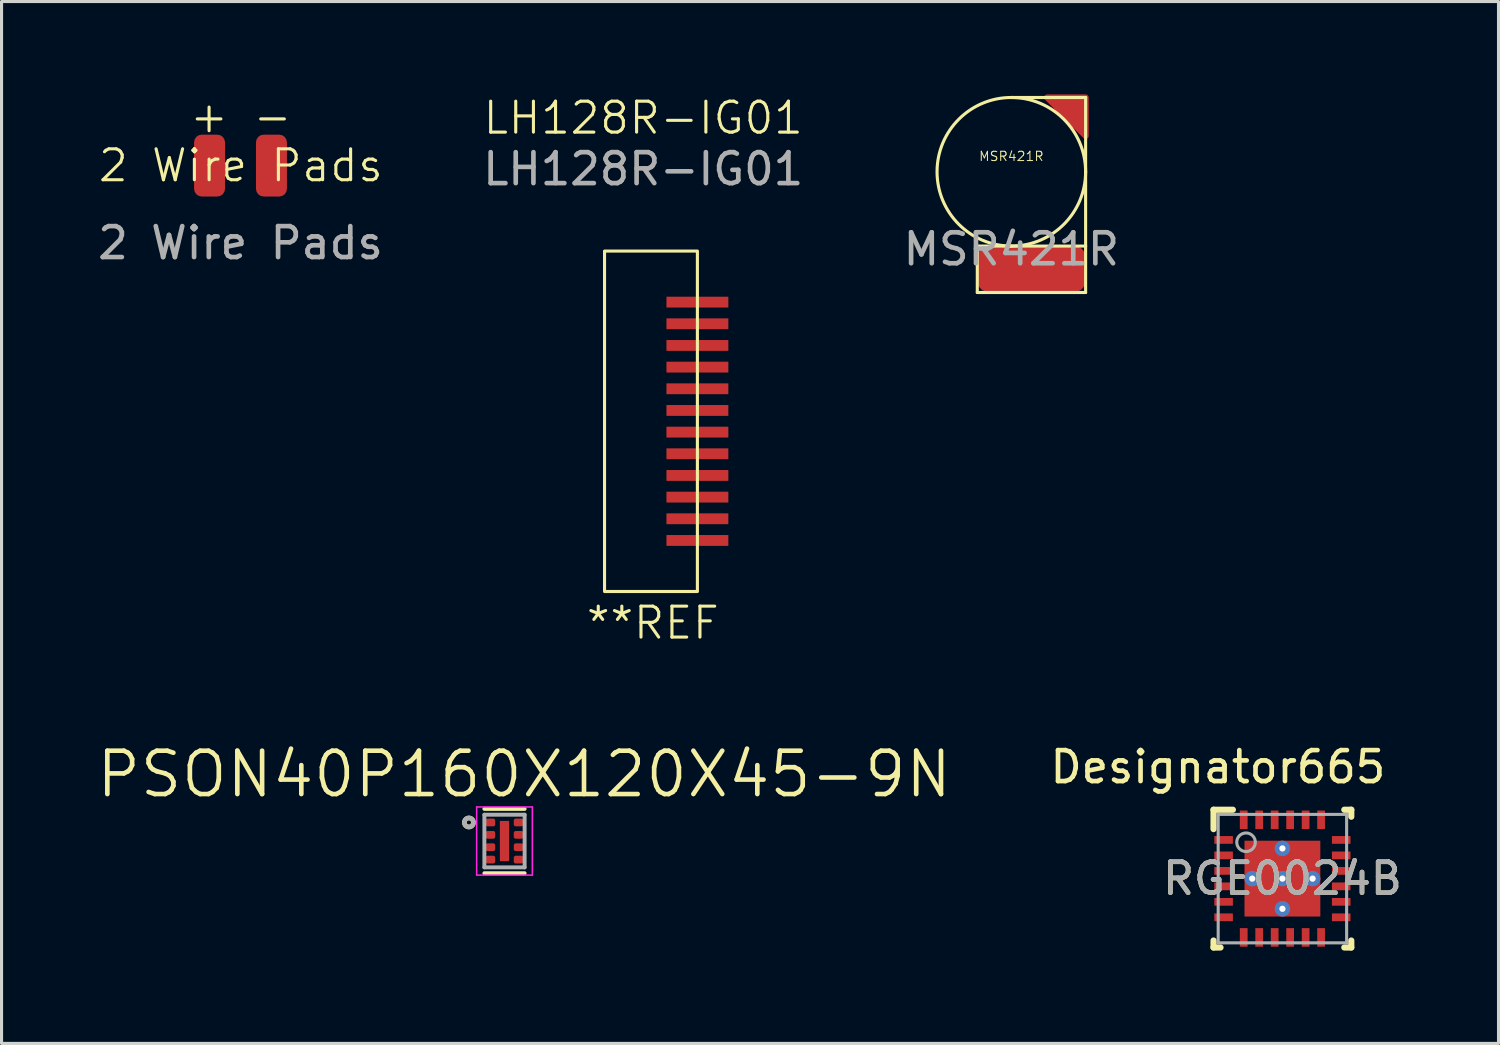
<source format=kicad_pcb>
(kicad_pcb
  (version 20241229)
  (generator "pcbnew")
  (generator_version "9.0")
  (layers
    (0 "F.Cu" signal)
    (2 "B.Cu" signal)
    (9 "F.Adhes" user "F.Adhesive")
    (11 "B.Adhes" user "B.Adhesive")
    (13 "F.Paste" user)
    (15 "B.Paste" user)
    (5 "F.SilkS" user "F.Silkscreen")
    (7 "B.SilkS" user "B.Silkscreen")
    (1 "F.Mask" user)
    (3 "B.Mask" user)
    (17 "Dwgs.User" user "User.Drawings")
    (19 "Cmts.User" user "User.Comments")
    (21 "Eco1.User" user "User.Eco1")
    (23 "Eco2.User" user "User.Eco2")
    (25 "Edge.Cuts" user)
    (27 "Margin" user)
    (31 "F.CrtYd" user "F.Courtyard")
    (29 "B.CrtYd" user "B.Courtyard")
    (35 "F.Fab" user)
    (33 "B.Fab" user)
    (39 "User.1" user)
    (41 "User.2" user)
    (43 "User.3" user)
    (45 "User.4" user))
  (footprint "2 Wire Pads"
    (layer "F.Cu")
    (at 4.72 2.3)
    (property "Reference" "2 Wire Pads" (at 0.01 0 0) (unlocked yes) (layer "F.SilkS") (effects (font (size 1 1) (thickness 0.1))))
    (attr smd)
    (fp_text user "+" (at -1.7 -1 0) (unlocked yes) (layer "F.SilkS") (effects (font (size 1 1) (thickness 0.1)) (justify left bottom)))
    (fp_text user "-" (at 0.35 -1 0) (unlocked yes) (layer "F.SilkS") (effects (font (size 1 1) (thickness 0.1)) (justify left bottom)))
    (fp_text user "${REFERENCE}" (at 0 2.5 0) (unlocked yes) (layer "F.Fab") (effects (font (size 1 1) (thickness 0.15))))
    (pad "1" smd roundrect (at -1 0 180) (size 1 2) (layers "F.Cu" "F.Mask" "F.Paste") (roundrect_rratio 0.25))
    (pad "2" smd roundrect (at 1 0 180) (size 1 2) (layers "F.Cu" "F.Mask" "F.Paste") (roundrect_rratio 0.25)))
  (footprint "LH128R-IG01"
    (layer "F.Cu")
    (at 16.482 5.061)
    (property "Reference" "LH128R-IG01" (at 1.25 -4.3 0) (unlocked yes) (layer "F.SilkS") (effects (font (size 1 1) (thickness 0.1))))
    (attr smd)
    (fp_rect (start 0 0) (end 3 11) (stroke (width 0.1) (type default)) (fill no) (layer "F.SilkS"))
    (fp_text user "**REF" (at -0.65 12.6 0) (unlocked yes) (layer "F.SilkS") (effects (font (size 1 1) (thickness 0.1)) (justify left bottom)))
    (fp_text user "${REFERENCE}" (at 1.25 -2.65 0) (unlocked yes) (layer "F.Fab") (effects (font (size 1 1) (thickness 0.15))))
    (pad "1" smd rect (at 3 1.65) (size 2 0.35) (layers "F.Cu" "F.Mask" "F.Paste"))
    (pad "2" smd rect (at 3 2.35) (size 2 0.35) (layers "F.Cu" "F.Mask" "F.Paste"))
    (pad "3" smd rect (at 3 3.05) (size 2 0.35) (layers "F.Cu" "F.Mask" "F.Paste"))
    (pad "4" smd rect (at 3 3.75) (size 2 0.35) (layers "F.Cu" "F.Mask" "F.Paste"))
    (pad "5" smd rect (at 3 4.45) (size 2 0.35) (layers "F.Cu" "F.Mask" "F.Paste"))
    (pad "6" smd rect (at 3 5.15) (size 2 0.35) (layers "F.Cu" "F.Mask" "F.Paste"))
    (pad "7" smd rect (at 3 5.85) (size 2 0.35) (layers "F.Cu" "F.Mask" "F.Paste"))
    (pad "8" smd rect (at 3 6.55) (size 2 0.35) (layers "F.Cu" "F.Mask" "F.Paste"))
    (pad "9" smd rect (at 3 7.25) (size 2 0.35) (layers "F.Cu" "F.Mask" "F.Paste"))
    (pad "10" smd rect (at 3 7.95) (size 2 0.35) (layers "F.Cu" "F.Mask" "F.Paste"))
    (pad "11" smd rect (at 3 8.65) (size 2 0.35) (layers "F.Cu" "F.Mask" "F.Paste"))
    (pad "12" smd rect (at 3 9.35) (size 2 0.35) (layers "F.Cu" "F.Mask" "F.Paste")))
  (footprint "RGE0024B"
    (layer "F.Cu")
    (at 38.383 25.337)
    (property "Reference" "RGE0024B" (at 0 0 0) (unlocked yes) (layer "F.SilkS") (effects (font (size 1 1) (thickness 0.15))))
    (attr smd)
    (fp_line (start -2.225 -2.225) (end -1.6 -2.225) (stroke (width 0.2) (type solid)) (layer "F.SilkS"))
    (fp_line (start -2.225 -1.6) (end -2.225 -2.225) (stroke (width 0.2) (type solid)) (layer "F.SilkS"))
    (fp_line (start -2.225 2.225) (end -2.225 2) (stroke (width 0.2) (type solid)) (layer "F.SilkS"))
    (fp_line (start -2.225 2.225) (end -2 2.225) (stroke (width 0.2) (type solid)) (layer "F.SilkS"))
    (fp_line (start 2 -2.225) (end 2.225 -2.225) (stroke (width 0.2) (type solid)) (layer "F.SilkS"))
    (fp_line (start 2 2.225) (end 2.225 2.225) (stroke (width 0.2) (type solid)) (layer "F.SilkS"))
    (fp_line (start 2.225 -2) (end 2.225 -2.225) (stroke (width 0.2) (type solid)) (layer "F.SilkS"))
    (fp_line (start 2.225 2.225) (end 2.225 2) (stroke (width 0.2) (type solid)) (layer "F.SilkS"))
    (fp_poly (pts (xy -0.1 -1.131) (xy -0.1 -0.149) (xy -0.101 -0.139) (xy -0.104 -0.13) (xy -0.108 -0.122) (xy -0.114 -0.114) (xy -0.122 -0.108) (xy -0.13 -0.104) (xy -0.139 -0.101) (xy -0.149 -0.1) (xy -1.131 -0.1) (xy -1.141 -0.101) (xy -1.15 -0.104) (xy -1.158 -0.108) (xy -1.166 -0.114) (xy -1.172 -0.122) (xy -1.176 -0.13) (xy -1.179 -0.139) (xy -1.18 -0.149) (xy -1.18 -1.131) (xy -1.179 -1.141) (xy -1.176 -1.15) (xy -1.172 -1.158) (xy -1.166 -1.166) (xy -1.158 -1.172) (xy -1.15 -1.176) (xy -1.141 -1.179) (xy -1.131 -1.18) (xy -0.149 -1.18) (xy -0.139 -1.179) (xy -0.13 -1.176) (xy -0.122 -1.172) (xy -0.114 -1.166) (xy -0.108 -1.158) (xy -0.104 -1.15) (xy -0.101 -1.141)) (stroke (width 0) (type solid)) (fill yes) (layer "F.Paste"))
    (fp_poly (pts (xy -0.1 0.149) (xy -0.1 1.131) (xy -0.101 1.141) (xy -0.104 1.15) (xy -0.108 1.158) (xy -0.114 1.166) (xy -0.122 1.172) (xy -0.13 1.176) (xy -0.139 1.179) (xy -0.149 1.18) (xy -1.131 1.18) (xy -1.141 1.179) (xy -1.15 1.176) (xy -1.158 1.172) (xy -1.166 1.166) (xy -1.172 1.158) (xy -1.176 1.15) (xy -1.179 1.141) (xy -1.18 1.131) (xy -1.18 0.149) (xy -1.179 0.139) (xy -1.176 0.13) (xy -1.172 0.122) (xy -1.166 0.114) (xy -1.158 0.108) (xy -1.15 0.104) (xy -1.141 0.101) (xy -1.131 0.1) (xy -0.149 0.1) (xy -0.139 0.101) (xy -0.13 0.104) (xy -0.122 0.108) (xy -0.114 0.114) (xy -0.108 0.122) (xy -0.104 0.13) (xy -0.101 0.139)) (stroke (width 0) (type solid)) (fill yes) (layer "F.Paste"))
    (fp_poly (pts (xy 0.1 -0.149) (xy 0.1 -1.131) (xy 0.101 -1.141) (xy 0.104 -1.15) (xy 0.108 -1.158) (xy 0.114 -1.166) (xy 0.122 -1.172) (xy 0.13 -1.176) (xy 0.139 -1.179) (xy 0.149 -1.18) (xy 1.131 -1.18) (xy 1.141 -1.179) (xy 1.15 -1.176) (xy 1.158 -1.172) (xy 1.166 -1.166) (xy 1.172 -1.158) (xy 1.176 -1.15) (xy 1.179 -1.141) (xy 1.18 -1.131) (xy 1.18 -0.149) (xy 1.179 -0.139) (xy 1.176 -0.13) (xy 1.172 -0.122) (xy 1.166 -0.114) (xy 1.158 -0.108) (xy 1.15 -0.104) (xy 1.141 -0.101) (xy 1.131 -0.1) (xy 0.149 -0.1) (xy 0.139 -0.101) (xy 0.13 -0.104) (xy 0.122 -0.108) (xy 0.114 -0.114) (xy 0.108 -0.122) (xy 0.104 -0.13) (xy 0.101 -0.139)) (stroke (width 0) (type solid)) (fill yes) (layer "F.Paste"))
    (fp_poly (pts (xy 0.1 1.131) (xy 0.1 0.149) (xy 0.101 0.139) (xy 0.104 0.13) (xy 0.108 0.122) (xy 0.114 0.114) (xy 0.122 0.108) (xy 0.13 0.104) (xy 0.139 0.101) (xy 0.149 0.1) (xy 1.131 0.1) (xy 1.141 0.101) (xy 1.15 0.104) (xy 1.158 0.108) (xy 1.166 0.114) (xy 1.172 0.122) (xy 1.176 0.13) (xy 1.179 0.139) (xy 1.18 0.149) (xy 1.18 1.131) (xy 1.179 1.141) (xy 1.176 1.15) (xy 1.172 1.158) (xy 1.166 1.166) (xy 1.158 1.172) (xy 1.15 1.176) (xy 1.141 1.179) (xy 1.131 1.18) (xy 0.149 1.18) (xy 0.139 1.179) (xy 0.13 1.176) (xy 0.122 1.172) (xy 0.114 1.166) (xy 0.108 1.158) (xy 0.104 1.15) (xy 0.101 1.141)) (stroke (width 0) (type solid)) (fill yes) (layer "F.Paste"))
    (fp_line (start -2.075 -2.075) (end 2.075 -2.075) (stroke (width 0.1) (type solid)) (layer "F.Fab"))
    (fp_line (start -2.075 2.075) (end -2.075 -2.075) (stroke (width 0.1) (type solid)) (layer "F.Fab"))
    (fp_line (start -2.075 2.075) (end 2.075 2.075) (stroke (width 0.1) (type solid)) (layer "F.Fab"))
    (fp_line (start 2.075 2.075) (end 2.075 -2.075) (stroke (width 0.1) (type solid)) (layer "F.Fab"))
    (fp_circle (center -1.175 -1.175) (end -0.875 -1.175) (stroke (width 0.1) (type solid)) (fill no) (layer "F.Fab"))
    (fp_text user "Designator665" (at -2.083 -3.607 0) (unlocked yes) (layer "F.SilkS") (effects (font (size 1 1) (thickness 0.15))))
    (fp_text user "${REFERENCE}" (at 0 0 0) (unlocked yes) (layer "F.Fab") (effects (font (size 1 1) (thickness 0.15))))
    (pad "1" smd rect (at -1.9 -1.25 90) (size 0.25 0.6) (layers "F.Cu" "F.Mask" "F.Paste"))
    (pad "2" smd rect (at -1.9 -0.75 90) (size 0.25 0.6) (layers "F.Cu" "F.Mask" "F.Paste"))
    (pad "3" smd rect (at -1.9 -0.25 90) (size 0.25 0.6) (layers "F.Cu" "F.Mask" "F.Paste"))
    (pad "4" smd rect (at -1.9 0.25 90) (size 0.25 0.6) (layers "F.Cu" "F.Mask" "F.Paste"))
    (pad "5" smd rect (at -1.9 0.75 90) (size 0.25 0.6) (layers "F.Cu" "F.Mask" "F.Paste"))
    (pad "6" smd rect (at -1.9 1.25 90) (size 0.25 0.6) (layers "F.Cu" "F.Mask" "F.Paste"))
    (pad "7" smd rect (at -1.25 1.9) (size 0.25 0.6) (layers "F.Cu" "F.Mask" "F.Paste"))
    (pad "8" smd rect (at -0.75 1.9) (size 0.25 0.6) (layers "F.Cu" "F.Mask" "F.Paste"))
    (pad "9" smd rect (at -0.25 1.9) (size 0.25 0.6) (layers "F.Cu" "F.Mask" "F.Paste"))
    (pad "10" smd rect (at 0.25 1.9) (size 0.25 0.6) (layers "F.Cu" "F.Mask" "F.Paste"))
    (pad "11" smd rect (at 0.75 1.9) (size 0.25 0.6) (layers "F.Cu" "F.Mask" "F.Paste"))
    (pad "12" smd rect (at 1.25 1.9) (size 0.25 0.6) (layers "F.Cu" "F.Mask" "F.Paste"))
    (pad "13" smd rect (at 1.9 1.25 90) (size 0.25 0.6) (layers "F.Cu" "F.Mask" "F.Paste"))
    (pad "14" smd rect (at 1.9 0.75 90) (size 0.25 0.6) (layers "F.Cu" "F.Mask" "F.Paste"))
    (pad "15" smd rect (at 1.9 0.25 90) (size 0.25 0.6) (layers "F.Cu" "F.Mask" "F.Paste"))
    (pad "16" smd rect (at 1.9 -0.25 90) (size 0.25 0.6) (layers "F.Cu" "F.Mask" "F.Paste"))
    (pad "17" smd rect (at 1.9 -0.75 90) (size 0.25 0.6) (layers "F.Cu" "F.Mask" "F.Paste"))
    (pad "18" smd rect (at 1.9 -1.25 90) (size 0.25 0.6) (layers "F.Cu" "F.Mask" "F.Paste"))
    (pad "19" smd rect (at 1.25 -1.9) (size 0.25 0.6) (layers "F.Cu" "F.Mask" "F.Paste"))
    (pad "20" smd rect (at 0.75 -1.9) (size 0.25 0.6) (layers "F.Cu" "F.Mask" "F.Paste"))
    (pad "21" smd rect (at 0.25 -1.9) (size 0.25 0.6) (layers "F.Cu" "F.Mask" "F.Paste"))
    (pad "22" smd rect (at -0.25 -1.9) (size 0.25 0.6) (layers "F.Cu" "F.Mask" "F.Paste"))
    (pad "23" smd rect (at -0.75 -1.9) (size 0.25 0.6) (layers "F.Cu" "F.Mask" "F.Paste"))
    (pad "24" smd rect (at -1.25 -1.9) (size 0.25 0.6) (layers "F.Cu" "F.Mask" "F.Paste"))
    (pad "25" smd rect (at 0 0) (size 2.45 2.45) (layers "F.Cu" "F.Mask"))
    (pad "V" thru_hole circle (at -0.975 0) (size 0.5 0.5) (drill 0.203) (layers "*.Cu" "*.Mask"))
    (pad "V" thru_hole circle (at 0 -0.975) (size 0.5 0.5) (drill 0.203) (layers "*.Cu" "*.Mask"))
    (pad "V" thru_hole circle (at 0 0) (size 0.5 0.5) (drill 0.203) (layers "*.Cu" "*.Mask"))
    (pad "V" thru_hole circle (at 0 0.975) (size 0.5 0.5) (drill 0.203) (layers "*.Cu" "*.Mask"))
    (pad "V" thru_hole circle (at 0.975 0) (size 0.5 0.5) (drill 0.203) (layers "*.Cu" "*.Mask")))
  (footprint "PSON40P160X120X45-9N"
    (layer "F.Cu")
    (at 13.25 24.123)
    (property "Reference" "PSON40P160X120X45-9N" (at 0.635 -2.159 0) (layer "F.SilkS") (effects (font (size 1.4 1.4) (thickness 0.15))))
    (attr smd)
    (fp_line (start -0.65 -1.039) (end 0.65 -1.039) (stroke (width 0.127) (type solid)) (layer "F.SilkS"))
    (fp_line (start -0.65 1.039) (end 0.65 1.039) (stroke (width 0.127) (type solid)) (layer "F.SilkS"))
    (fp_circle (center -1.15 -0.6) (end -1.079 -0.6) (stroke (width 0.15) (type solid)) (fill no) (layer "F.SilkS"))
    (fp_poly (pts (xy -0.085 -0.6) (xy 0.085 -0.6) (xy 0.085 -0.02) (xy -0.085 -0.02)) (stroke (width 0.01) (type solid)) (fill yes) (layer "F.Paste"))
    (fp_poly (pts (xy -0.085 0.02) (xy 0.085 0.02) (xy 0.085 0.6) (xy -0.085 0.6)) (stroke (width 0.01) (type solid)) (fill yes) (layer "F.Paste"))
    (fp_line (start -0.9 -1.1) (end 0.9 -1.1) (stroke (width 0.05) (type solid)) (layer "F.CrtYd"))
    (fp_line (start -0.9 1.1) (end -0.9 -1.1) (stroke (width 0.05) (type solid)) (layer "F.CrtYd"))
    (fp_line (start 0.9 -1.1) (end 0.9 1.1) (stroke (width 0.05) (type solid)) (layer "F.CrtYd"))
    (fp_line (start 0.9 1.1) (end -0.9 1.1) (stroke (width 0.05) (type solid)) (layer "F.CrtYd"))
    (fp_line (start -0.65 -0.85) (end 0.65 -0.85) (stroke (width 0.127) (type solid)) (layer "F.Fab"))
    (fp_line (start -0.65 0.85) (end -0.65 -0.85) (stroke (width 0.127) (type solid)) (layer "F.Fab"))
    (fp_line (start 0.65 -0.85) (end 0.65 0.85) (stroke (width 0.127) (type solid)) (layer "F.Fab"))
    (fp_line (start 0.65 0.85) (end -0.65 0.85) (stroke (width 0.127) (type solid)) (layer "F.Fab"))
    (fp_circle (center -1.15 -0.6) (end -1.079 -0.6) (stroke (width 0.15) (type solid)) (fill no) (layer "F.Fab"))
    (pad "1" smd roundrect (at -0.455 -0.6) (size 0.31 0.25) (layers "F.Cu" "F.Mask" "F.Paste") (roundrect_rratio 0.25))
    (pad "2" smd roundrect (at -0.455 -0.2) (size 0.31 0.25) (layers "F.Cu" "F.Mask" "F.Paste") (roundrect_rratio 0.25))
    (pad "3" smd roundrect (at -0.455 0.2) (size 0.31 0.25) (layers "F.Cu" "F.Mask" "F.Paste") (roundrect_rratio 0.25))
    (pad "4" smd roundrect (at -0.455 0.6) (size 0.31 0.25) (layers "F.Cu" "F.Mask" "F.Paste") (roundrect_rratio 0.25))
    (pad "5" smd roundrect (at 0.455 0.6) (size 0.31 0.25) (layers "F.Cu" "F.Mask" "F.Paste") (roundrect_rratio 0.25))
    (pad "6" smd roundrect (at 0.455 0.2) (size 0.31 0.25) (layers "F.Cu" "F.Mask" "F.Paste") (roundrect_rratio 0.25))
    (pad "7" smd roundrect (at 0.455 -0.2) (size 0.31 0.25) (layers "F.Cu" "F.Mask" "F.Paste") (roundrect_rratio 0.25))
    (pad "8" smd roundrect (at 0.455 -0.6) (size 0.31 0.25) (layers "F.Cu" "F.Mask" "F.Paste") (roundrect_rratio 0.25))
    (pad "9" smd rect (at 0 0) (size 0.3 1.3) (layers "F.Cu" "F.Mask")))
  (footprint "MSR421R"
    (layer "F.Cu")
    (at 29.625 2.5)
    (property "Reference" "MSR421R" (at 0 -0.5 0) (unlocked yes) (layer "F.SilkS") (effects (font (size 0.3 0.3) (thickness 0.033))))
    (attr smd)
    (fp_line (start -1.1 2.4) (end 0 2.4) (stroke (width 0.1) (type default)) (layer "F.SilkS"))
    (fp_line (start -1.1 3.9) (end -1.1 2.4) (stroke (width 0.1) (type default)) (layer "F.SilkS"))
    (fp_line (start 0 -2.4) (end 2.4 -2.4) (stroke (width 0.1) (type default)) (layer "F.SilkS"))
    (fp_line (start 0 2.4) (end 2.4 2.4) (stroke (width 0.1) (type default)) (layer "F.SilkS"))
    (fp_line (start 2.4 0) (end 2.4 -2.4) (stroke (width 0.1) (type default)) (layer "F.SilkS"))
    (fp_line (start 2.4 2.4) (end 2.4 0) (stroke (width 0.1) (type default)) (layer "F.SilkS"))
    (fp_line (start 2.4 2.4) (end 2.4 3.9) (stroke (width 0.1) (type default)) (layer "F.SilkS"))
    (fp_line (start 2.4 3.9) (end -1.1 3.9) (stroke (width 0.1) (type default)) (layer "F.SilkS"))
    (fp_circle (center 0 0) (end 2.4 0) (stroke (width 0.1) (type default)) (fill no) (layer "F.SilkS"))
    (fp_text user "${REFERENCE}" (at 0 2.5 0) (unlocked yes) (layer "F.Fab") (effects (font (size 1 1) (thickness 0.15))))
    (pad "1" smd custom (at 2.055 -2.125) (size 0.81 0.67) (layers "F.Cu" "F.Mask" "F.Paste") (options (anchor rect)) (primitives (gr_poly (pts (xy 0.345 0.965) (xy 0.345 -0.275) (xy -0.895 -0.275)) (width 0.2) (fill yes)) (gr_line (start -0.895 -0.275) (end 0.345 0.965) (width 0.2)) (gr_line (start 0.345 -0.275) (end -0.895 -0.275) (width 0.2)) (gr_line (start 0.345 0.965) (end 0.345 -0.275) (width 0.2))))
    (pad "2" smd roundrect (at 0.65 3.14) (size 3.5 1.5) (layers "F.Cu" "F.Mask" "F.Paste") (roundrect_rratio 0.25)))
  (gr_rect
    (start -3 -3)
    (end 45.365 30.662)
    (stroke (width 0.1) (type default))
    (fill no)
    (layer "Edge.Cuts")))
</source>
